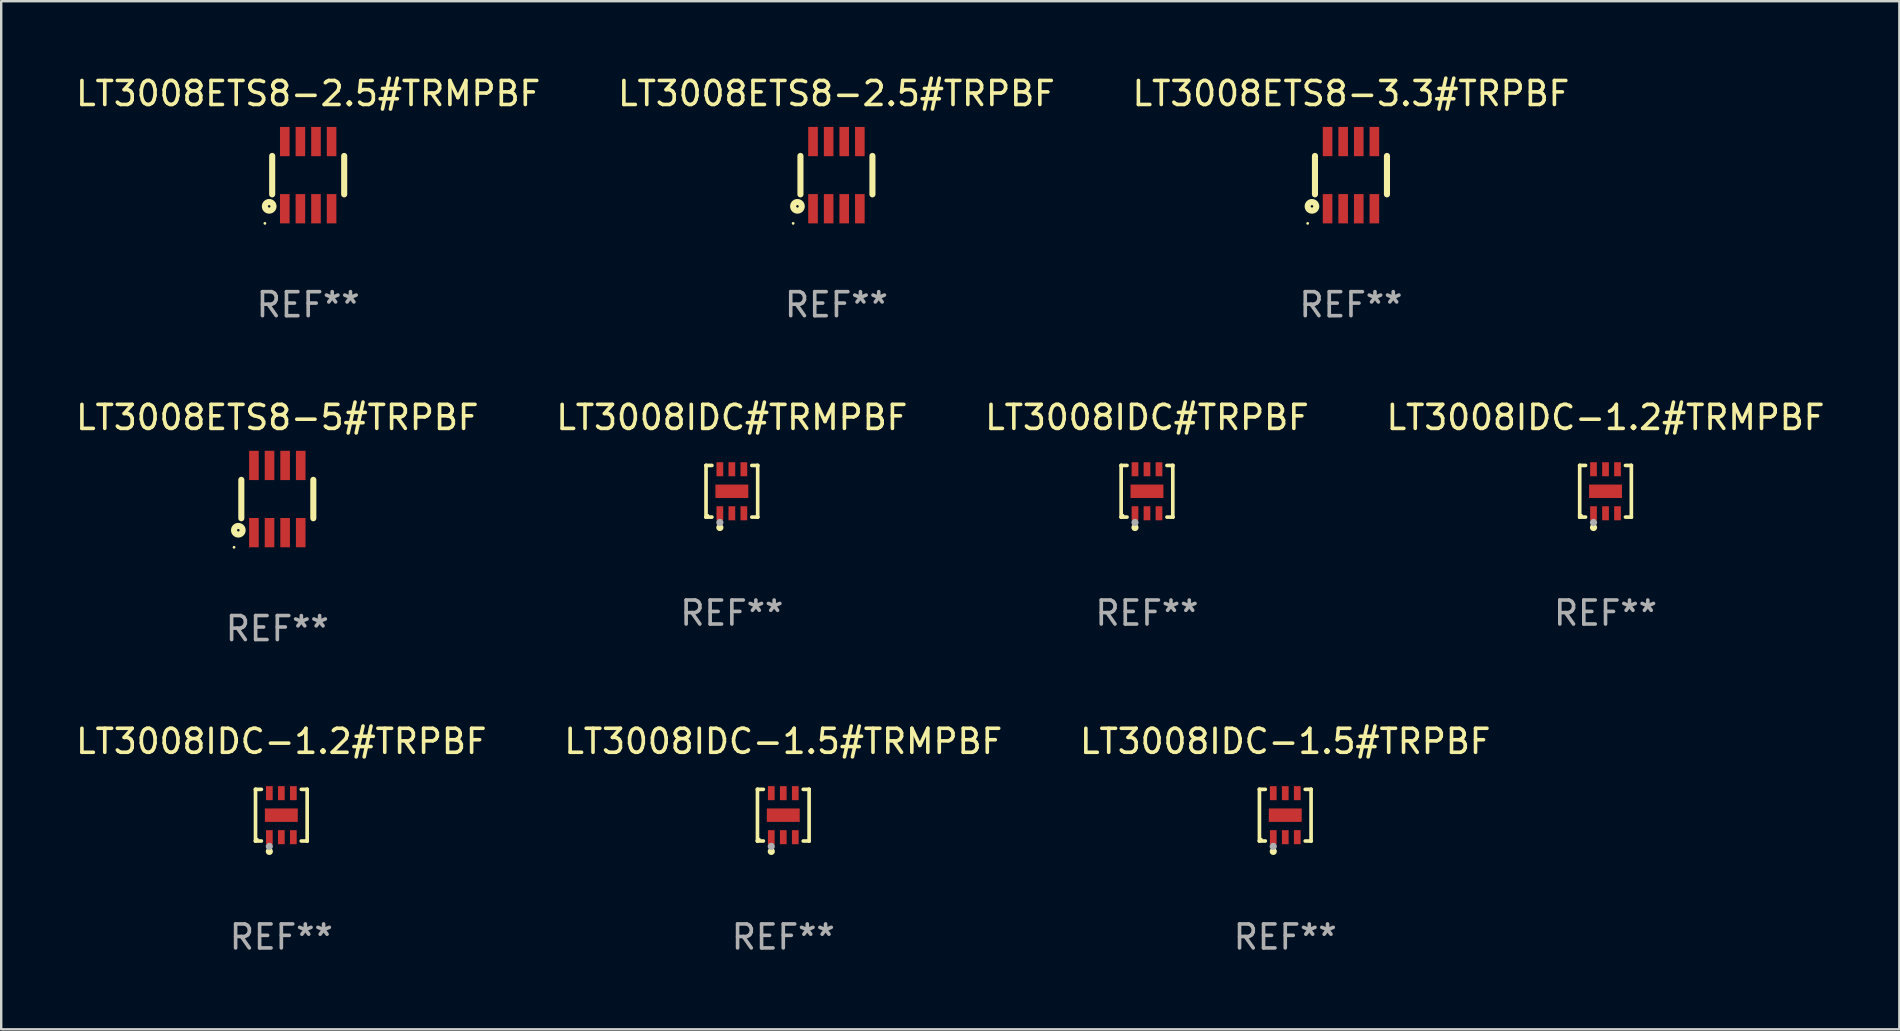
<source format=kicad_pcb>
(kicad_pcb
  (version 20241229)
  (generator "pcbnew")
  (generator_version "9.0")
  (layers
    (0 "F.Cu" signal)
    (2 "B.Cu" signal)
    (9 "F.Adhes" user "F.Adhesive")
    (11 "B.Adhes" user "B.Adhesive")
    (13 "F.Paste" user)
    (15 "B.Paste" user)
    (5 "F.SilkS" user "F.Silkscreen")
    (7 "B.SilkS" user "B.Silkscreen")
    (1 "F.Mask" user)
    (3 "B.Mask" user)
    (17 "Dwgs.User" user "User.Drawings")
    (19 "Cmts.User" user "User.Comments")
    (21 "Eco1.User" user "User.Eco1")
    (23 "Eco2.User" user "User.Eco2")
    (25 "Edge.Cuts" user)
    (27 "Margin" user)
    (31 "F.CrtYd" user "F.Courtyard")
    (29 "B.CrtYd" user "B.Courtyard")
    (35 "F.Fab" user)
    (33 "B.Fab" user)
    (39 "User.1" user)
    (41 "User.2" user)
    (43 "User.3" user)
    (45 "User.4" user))
  (footprint "LT3008IDC-1.2#TRPBF"
    (layer "F.Cu")
    (at 8.673 30.918)
    (property "Reference" "LT3008IDC-1.2#TRPBF" (at 0 -3.076 0) (layer "F.SilkS") (effects (font (size 1 1) (thickness 0.15))))
    (attr through_hole)
    (fp_line (start -1.076 -1.076) (end -1.076 -1.076) (stroke (width 0.152) (type solid)) (layer "F.SilkS"))
    (fp_line (start -1.076 -1.076) (end -0.831 -1.076) (stroke (width 0.152) (type solid)) (layer "F.SilkS"))
    (fp_line (start -1.076 1.076) (end -1.076 -1.076) (stroke (width 0.152) (type solid)) (layer "F.SilkS"))
    (fp_line (start -1.076 1.076) (end -1.076 1.076) (stroke (width 0.152) (type solid)) (layer "F.SilkS"))
    (fp_line (start -0.831 1.076) (end -1.076 1.076) (stroke (width 0.152) (type solid)) (layer "F.SilkS"))
    (fp_line (start 0.831 1.076) (end 1.076 1.076) (stroke (width 0.152) (type solid)) (layer "F.SilkS"))
    (fp_line (start 1.076 -1.076) (end 0.831 -1.076) (stroke (width 0.152) (type solid)) (layer "F.SilkS"))
    (fp_line (start 1.076 -1.076) (end 1.076 -1.076) (stroke (width 0.152) (type solid)) (layer "F.SilkS"))
    (fp_line (start 1.076 1.076) (end 1.076 -1.076) (stroke (width 0.152) (type solid)) (layer "F.SilkS"))
    (fp_line (start 1.076 1.076) (end 1.076 1.076) (stroke (width 0.152) (type solid)) (layer "F.SilkS"))
    (fp_circle (center -1 1) (end -0.97 1) (stroke (width 0.06) (type solid)) (fill no) (layer "F.SilkS"))
    (fp_circle (center -0.5 1.51) (end -0.425 1.51) (stroke (width 0.15) (type solid)) (fill no) (layer "F.SilkS"))
    (fp_circle (center -0.5 1.3) (end -0.425 1.3) (stroke (width 0.15) (type solid)) (fill no) (layer "F.Fab"))
    (fp_text user "REF**" (at 0 5.076 0) (layer "F.Fab") (effects (font (size 1 1) (thickness 0.15))))
    (pad "1" smd rect (at -0.5 0.917) (size 0.28 0.585) (layers "F.Cu" "F.Mask" "F.Paste"))
    (pad "2" smd rect (at 0 0.917) (size 0.28 0.585) (layers "F.Cu" "F.Mask" "F.Paste"))
    (pad "3" smd rect (at 0.5 0.917) (size 0.28 0.585) (layers "F.Cu" "F.Mask" "F.Paste"))
    (pad "4" smd rect (at 0.5 -0.917) (size 0.28 0.585) (layers "F.Cu" "F.Mask" "F.Paste"))
    (pad "5" smd rect (at 0 -0.917) (size 0.28 0.585) (layers "F.Cu" "F.Mask" "F.Paste"))
    (pad "6" smd rect (at -0.5 -0.917) (size 0.28 0.585) (layers "F.Cu" "F.Mask" "F.Paste"))
    (pad "7" smd rect (at 0 0) (size 1.37 0.56) (layers "F.Cu" "F.Mask" "F.Paste")))
  (footprint "LT3008ETS8-2.5#TRMPBF"
    (layer "F.Cu")
    (at 9.792 4.248)
    (property "Reference" "LT3008ETS8-2.5#TRMPBF" (at 0 -3.4 0) (layer "F.SilkS") (effects (font (size 1 1) (thickness 0.15))))
    (attr through_hole)
    (fp_line (start -1.5 0.8) (end -1.5 -0.8) (stroke (width 0.254) (type solid)) (layer "F.SilkS"))
    (fp_line (start 1.5 -0.8) (end 1.5 0.8) (stroke (width 0.254) (type solid)) (layer "F.SilkS"))
    (fp_circle (center -1.804 2.01) (end -1.774 2.01) (stroke (width 0.06) (type solid)) (fill no) (layer "F.SilkS"))
    (fp_circle (center -1.625 1.3) (end -1.573 1.3) (stroke (width 0.254) (type solid)) (fill no) (layer "F.SilkS"))
    (fp_text user "REF**" (at 0 5.4 0) (layer "F.Fab") (effects (font (size 1 1) (thickness 0.15))))
    (pad "1" smd rect (at -0.975 1.4 180) (size 0.4 1.22) (layers "F.Cu" "F.Mask" "F.Paste"))
    (pad "2" smd rect (at -0.325 1.4 180) (size 0.4 1.22) (layers "F.Cu" "F.Mask" "F.Paste"))
    (pad "3" smd rect (at 0.325 1.4 180) (size 0.4 1.22) (layers "F.Cu" "F.Mask" "F.Paste"))
    (pad "4" smd rect (at 0.975 1.4 180) (size 0.4 1.22) (layers "F.Cu" "F.Mask" "F.Paste"))
    (pad "5" smd rect (at 0.975 -1.4 180) (size 0.4 1.22) (layers "F.Cu" "F.Mask" "F.Paste"))
    (pad "6" smd rect (at 0.325 -1.4 180) (size 0.4 1.22) (layers "F.Cu" "F.Mask" "F.Paste"))
    (pad "7" smd rect (at -0.325 -1.4 180) (size 0.4 1.22) (layers "F.Cu" "F.Mask" "F.Paste"))
    (pad "8" smd rect (at -0.975 -1.4 180) (size 0.4 1.22) (layers "F.Cu" "F.Mask" "F.Paste")))
  (footprint "LT3008IDC-1.2#TRMPBF"
    (layer "F.Cu")
    (at 63.851 17.421)
    (property "Reference" "LT3008IDC-1.2#TRMPBF" (at 0 -3.076 0) (layer "F.SilkS") (effects (font (size 1 1) (thickness 0.15))))
    (attr through_hole)
    (fp_line (start -1.076 -1.076) (end -1.076 -1.076) (stroke (width 0.152) (type solid)) (layer "F.SilkS"))
    (fp_line (start -1.076 -1.076) (end -0.831 -1.076) (stroke (width 0.152) (type solid)) (layer "F.SilkS"))
    (fp_line (start -1.076 1.076) (end -1.076 -1.076) (stroke (width 0.152) (type solid)) (layer "F.SilkS"))
    (fp_line (start -1.076 1.076) (end -1.076 1.076) (stroke (width 0.152) (type solid)) (layer "F.SilkS"))
    (fp_line (start -0.831 1.076) (end -1.076 1.076) (stroke (width 0.152) (type solid)) (layer "F.SilkS"))
    (fp_line (start 0.831 1.076) (end 1.076 1.076) (stroke (width 0.152) (type solid)) (layer "F.SilkS"))
    (fp_line (start 1.076 -1.076) (end 0.831 -1.076) (stroke (width 0.152) (type solid)) (layer "F.SilkS"))
    (fp_line (start 1.076 -1.076) (end 1.076 -1.076) (stroke (width 0.152) (type solid)) (layer "F.SilkS"))
    (fp_line (start 1.076 1.076) (end 1.076 -1.076) (stroke (width 0.152) (type solid)) (layer "F.SilkS"))
    (fp_line (start 1.076 1.076) (end 1.076 1.076) (stroke (width 0.152) (type solid)) (layer "F.SilkS"))
    (fp_circle (center -1 1) (end -0.97 1) (stroke (width 0.06) (type solid)) (fill no) (layer "F.SilkS"))
    (fp_circle (center -0.5 1.51) (end -0.425 1.51) (stroke (width 0.15) (type solid)) (fill no) (layer "F.SilkS"))
    (fp_circle (center -0.5 1.3) (end -0.425 1.3) (stroke (width 0.15) (type solid)) (fill no) (layer "F.Fab"))
    (fp_text user "REF**" (at 0 5.076 0) (layer "F.Fab") (effects (font (size 1 1) (thickness 0.15))))
    (pad "1" smd rect (at -0.5 0.917) (size 0.28 0.585) (layers "F.Cu" "F.Mask" "F.Paste"))
    (pad "2" smd rect (at 0 0.917) (size 0.28 0.585) (layers "F.Cu" "F.Mask" "F.Paste"))
    (pad "3" smd rect (at 0.5 0.917) (size 0.28 0.585) (layers "F.Cu" "F.Mask" "F.Paste"))
    (pad "4" smd rect (at 0.5 -0.917) (size 0.28 0.585) (layers "F.Cu" "F.Mask" "F.Paste"))
    (pad "5" smd rect (at 0 -0.917) (size 0.28 0.585) (layers "F.Cu" "F.Mask" "F.Paste"))
    (pad "6" smd rect (at -0.5 -0.917) (size 0.28 0.585) (layers "F.Cu" "F.Mask" "F.Paste"))
    (pad "7" smd rect (at 0 0) (size 1.37 0.56) (layers "F.Cu" "F.Mask" "F.Paste")))
  (footprint "LT3008IDC-1.5#TRMPBF"
    (layer "F.Cu")
    (at 29.589 30.918)
    (property "Reference" "LT3008IDC-1.5#TRMPBF" (at 0 -3.076 0) (layer "F.SilkS") (effects (font (size 1 1) (thickness 0.15))))
    (attr through_hole)
    (fp_line (start -1.076 -1.076) (end -1.076 -1.076) (stroke (width 0.152) (type solid)) (layer "F.SilkS"))
    (fp_line (start -1.076 -1.076) (end -0.831 -1.076) (stroke (width 0.152) (type solid)) (layer "F.SilkS"))
    (fp_line (start -1.076 1.076) (end -1.076 -1.076) (stroke (width 0.152) (type solid)) (layer "F.SilkS"))
    (fp_line (start -1.076 1.076) (end -1.076 1.076) (stroke (width 0.152) (type solid)) (layer "F.SilkS"))
    (fp_line (start -0.831 1.076) (end -1.076 1.076) (stroke (width 0.152) (type solid)) (layer "F.SilkS"))
    (fp_line (start 0.831 1.076) (end 1.076 1.076) (stroke (width 0.152) (type solid)) (layer "F.SilkS"))
    (fp_line (start 1.076 -1.076) (end 0.831 -1.076) (stroke (width 0.152) (type solid)) (layer "F.SilkS"))
    (fp_line (start 1.076 -1.076) (end 1.076 -1.076) (stroke (width 0.152) (type solid)) (layer "F.SilkS"))
    (fp_line (start 1.076 1.076) (end 1.076 -1.076) (stroke (width 0.152) (type solid)) (layer "F.SilkS"))
    (fp_line (start 1.076 1.076) (end 1.076 1.076) (stroke (width 0.152) (type solid)) (layer "F.SilkS"))
    (fp_circle (center -1 1) (end -0.97 1) (stroke (width 0.06) (type solid)) (fill no) (layer "F.SilkS"))
    (fp_circle (center -0.5 1.51) (end -0.425 1.51) (stroke (width 0.15) (type solid)) (fill no) (layer "F.SilkS"))
    (fp_circle (center -0.5 1.3) (end -0.425 1.3) (stroke (width 0.15) (type solid)) (fill no) (layer "F.Fab"))
    (fp_text user "REF**" (at 0 5.076 0) (layer "F.Fab") (effects (font (size 1 1) (thickness 0.15))))
    (pad "1" smd rect (at -0.5 0.917) (size 0.28 0.585) (layers "F.Cu" "F.Mask" "F.Paste"))
    (pad "2" smd rect (at 0 0.917) (size 0.28 0.585) (layers "F.Cu" "F.Mask" "F.Paste"))
    (pad "3" smd rect (at 0.5 0.917) (size 0.28 0.585) (layers "F.Cu" "F.Mask" "F.Paste"))
    (pad "4" smd rect (at 0.5 -0.917) (size 0.28 0.585) (layers "F.Cu" "F.Mask" "F.Paste"))
    (pad "5" smd rect (at 0 -0.917) (size 0.28 0.585) (layers "F.Cu" "F.Mask" "F.Paste"))
    (pad "6" smd rect (at -0.5 -0.917) (size 0.28 0.585) (layers "F.Cu" "F.Mask" "F.Paste"))
    (pad "7" smd rect (at 0 0) (size 1.37 0.56) (layers "F.Cu" "F.Mask" "F.Paste")))
  (footprint "LT3008IDC-1.5#TRPBF"
    (layer "F.Cu")
    (at 50.506 30.918)
    (property "Reference" "LT3008IDC-1.5#TRPBF" (at 0 -3.076 0) (layer "F.SilkS") (effects (font (size 1 1) (thickness 0.15))))
    (attr through_hole)
    (fp_line (start -1.076 -1.076) (end -1.076 -1.076) (stroke (width 0.152) (type solid)) (layer "F.SilkS"))
    (fp_line (start -1.076 -1.076) (end -0.831 -1.076) (stroke (width 0.152) (type solid)) (layer "F.SilkS"))
    (fp_line (start -1.076 1.076) (end -1.076 -1.076) (stroke (width 0.152) (type solid)) (layer "F.SilkS"))
    (fp_line (start -1.076 1.076) (end -1.076 1.076) (stroke (width 0.152) (type solid)) (layer "F.SilkS"))
    (fp_line (start -0.831 1.076) (end -1.076 1.076) (stroke (width 0.152) (type solid)) (layer "F.SilkS"))
    (fp_line (start 0.831 1.076) (end 1.076 1.076) (stroke (width 0.152) (type solid)) (layer "F.SilkS"))
    (fp_line (start 1.076 -1.076) (end 0.831 -1.076) (stroke (width 0.152) (type solid)) (layer "F.SilkS"))
    (fp_line (start 1.076 -1.076) (end 1.076 -1.076) (stroke (width 0.152) (type solid)) (layer "F.SilkS"))
    (fp_line (start 1.076 1.076) (end 1.076 -1.076) (stroke (width 0.152) (type solid)) (layer "F.SilkS"))
    (fp_line (start 1.076 1.076) (end 1.076 1.076) (stroke (width 0.152) (type solid)) (layer "F.SilkS"))
    (fp_circle (center -1 1) (end -0.97 1) (stroke (width 0.06) (type solid)) (fill no) (layer "F.SilkS"))
    (fp_circle (center -0.5 1.51) (end -0.425 1.51) (stroke (width 0.15) (type solid)) (fill no) (layer "F.SilkS"))
    (fp_circle (center -0.5 1.3) (end -0.425 1.3) (stroke (width 0.15) (type solid)) (fill no) (layer "F.Fab"))
    (fp_text user "REF**" (at 0 5.076 0) (layer "F.Fab") (effects (font (size 1 1) (thickness 0.15))))
    (pad "1" smd rect (at -0.5 0.917) (size 0.28 0.585) (layers "F.Cu" "F.Mask" "F.Paste"))
    (pad "2" smd rect (at 0 0.917) (size 0.28 0.585) (layers "F.Cu" "F.Mask" "F.Paste"))
    (pad "3" smd rect (at 0.5 0.917) (size 0.28 0.585) (layers "F.Cu" "F.Mask" "F.Paste"))
    (pad "4" smd rect (at 0.5 -0.917) (size 0.28 0.585) (layers "F.Cu" "F.Mask" "F.Paste"))
    (pad "5" smd rect (at 0 -0.917) (size 0.28 0.585) (layers "F.Cu" "F.Mask" "F.Paste"))
    (pad "6" smd rect (at -0.5 -0.917) (size 0.28 0.585) (layers "F.Cu" "F.Mask" "F.Paste"))
    (pad "7" smd rect (at 0 0) (size 1.37 0.56) (layers "F.Cu" "F.Mask" "F.Paste")))
  (footprint "LT3008ETS8-5#TRPBF"
    (layer "F.Cu")
    (at 8.506 17.745)
    (property "Reference" "LT3008ETS8-5#TRPBF" (at 0 -3.4 0) (layer "F.SilkS") (effects (font (size 1 1) (thickness 0.15))))
    (attr through_hole)
    (fp_line (start -1.5 0.8) (end -1.5 -0.8) (stroke (width 0.254) (type solid)) (layer "F.SilkS"))
    (fp_line (start 1.5 -0.8) (end 1.5 0.8) (stroke (width 0.254) (type solid)) (layer "F.SilkS"))
    (fp_circle (center -1.804 2.01) (end -1.774 2.01) (stroke (width 0.06) (type solid)) (fill no) (layer "F.SilkS"))
    (fp_circle (center -1.625 1.3) (end -1.573 1.3) (stroke (width 0.254) (type solid)) (fill no) (layer "F.SilkS"))
    (fp_text user "REF**" (at 0 5.4 0) (layer "F.Fab") (effects (font (size 1 1) (thickness 0.15))))
    (pad "1" smd rect (at -0.975 1.4 180) (size 0.4 1.22) (layers "F.Cu" "F.Mask" "F.Paste"))
    (pad "2" smd rect (at -0.325 1.4 180) (size 0.4 1.22) (layers "F.Cu" "F.Mask" "F.Paste"))
    (pad "3" smd rect (at 0.325 1.4 180) (size 0.4 1.22) (layers "F.Cu" "F.Mask" "F.Paste"))
    (pad "4" smd rect (at 0.975 1.4 180) (size 0.4 1.22) (layers "F.Cu" "F.Mask" "F.Paste"))
    (pad "5" smd rect (at 0.975 -1.4 180) (size 0.4 1.22) (layers "F.Cu" "F.Mask" "F.Paste"))
    (pad "6" smd rect (at 0.325 -1.4 180) (size 0.4 1.22) (layers "F.Cu" "F.Mask" "F.Paste"))
    (pad "7" smd rect (at -0.325 -1.4 180) (size 0.4 1.22) (layers "F.Cu" "F.Mask" "F.Paste"))
    (pad "8" smd rect (at -0.975 -1.4 180) (size 0.4 1.22) (layers "F.Cu" "F.Mask" "F.Paste")))
  (footprint "LT3008IDC#TRPBF"
    (layer "F.Cu")
    (at 44.744 17.421)
    (property "Reference" "LT3008IDC#TRPBF" (at 0 -3.076 0) (layer "F.SilkS") (effects (font (size 1 1) (thickness 0.15))))
    (attr through_hole)
    (fp_line (start -1.076 -1.076) (end -1.076 -1.076) (stroke (width 0.152) (type solid)) (layer "F.SilkS"))
    (fp_line (start -1.076 -1.076) (end -0.831 -1.076) (stroke (width 0.152) (type solid)) (layer "F.SilkS"))
    (fp_line (start -1.076 1.076) (end -1.076 -1.076) (stroke (width 0.152) (type solid)) (layer "F.SilkS"))
    (fp_line (start -1.076 1.076) (end -1.076 1.076) (stroke (width 0.152) (type solid)) (layer "F.SilkS"))
    (fp_line (start -0.831 1.076) (end -1.076 1.076) (stroke (width 0.152) (type solid)) (layer "F.SilkS"))
    (fp_line (start 0.831 1.076) (end 1.076 1.076) (stroke (width 0.152) (type solid)) (layer "F.SilkS"))
    (fp_line (start 1.076 -1.076) (end 0.831 -1.076) (stroke (width 0.152) (type solid)) (layer "F.SilkS"))
    (fp_line (start 1.076 -1.076) (end 1.076 -1.076) (stroke (width 0.152) (type solid)) (layer "F.SilkS"))
    (fp_line (start 1.076 1.076) (end 1.076 -1.076) (stroke (width 0.152) (type solid)) (layer "F.SilkS"))
    (fp_line (start 1.076 1.076) (end 1.076 1.076) (stroke (width 0.152) (type solid)) (layer "F.SilkS"))
    (fp_circle (center -1 1) (end -0.97 1) (stroke (width 0.06) (type solid)) (fill no) (layer "F.SilkS"))
    (fp_circle (center -0.5 1.51) (end -0.425 1.51) (stroke (width 0.15) (type solid)) (fill no) (layer "F.SilkS"))
    (fp_circle (center -0.5 1.3) (end -0.425 1.3) (stroke (width 0.15) (type solid)) (fill no) (layer "F.Fab"))
    (fp_text user "REF**" (at 0 5.076 0) (layer "F.Fab") (effects (font (size 1 1) (thickness 0.15))))
    (pad "1" smd rect (at -0.5 0.917) (size 0.28 0.585) (layers "F.Cu" "F.Mask" "F.Paste"))
    (pad "2" smd rect (at 0 0.917) (size 0.28 0.585) (layers "F.Cu" "F.Mask" "F.Paste"))
    (pad "3" smd rect (at 0.5 0.917) (size 0.28 0.585) (layers "F.Cu" "F.Mask" "F.Paste"))
    (pad "4" smd rect (at 0.5 -0.917) (size 0.28 0.585) (layers "F.Cu" "F.Mask" "F.Paste"))
    (pad "5" smd rect (at 0 -0.917) (size 0.28 0.585) (layers "F.Cu" "F.Mask" "F.Paste"))
    (pad "6" smd rect (at -0.5 -0.917) (size 0.28 0.585) (layers "F.Cu" "F.Mask" "F.Paste"))
    (pad "7" smd rect (at 0 0) (size 1.37 0.56) (layers "F.Cu" "F.Mask" "F.Paste")))
  (footprint "LT3008ETS8-3.3#TRPBF"
    (layer "F.Cu")
    (at 53.244 4.248)
    (property "Reference" "LT3008ETS8-3.3#TRPBF" (at 0 -3.4 0) (layer "F.SilkS") (effects (font (size 1 1) (thickness 0.15))))
    (attr through_hole)
    (fp_line (start -1.5 0.8) (end -1.5 -0.8) (stroke (width 0.254) (type solid)) (layer "F.SilkS"))
    (fp_line (start 1.5 -0.8) (end 1.5 0.8) (stroke (width 0.254) (type solid)) (layer "F.SilkS"))
    (fp_circle (center -1.804 2.01) (end -1.774 2.01) (stroke (width 0.06) (type solid)) (fill no) (layer "F.SilkS"))
    (fp_circle (center -1.625 1.3) (end -1.573 1.3) (stroke (width 0.254) (type solid)) (fill no) (layer "F.SilkS"))
    (fp_text user "REF**" (at 0 5.4 0) (layer "F.Fab") (effects (font (size 1 1) (thickness 0.15))))
    (pad "1" smd rect (at -0.975 1.4 180) (size 0.4 1.22) (layers "F.Cu" "F.Mask" "F.Paste"))
    (pad "2" smd rect (at -0.325 1.4 180) (size 0.4 1.22) (layers "F.Cu" "F.Mask" "F.Paste"))
    (pad "3" smd rect (at 0.325 1.4 180) (size 0.4 1.22) (layers "F.Cu" "F.Mask" "F.Paste"))
    (pad "4" smd rect (at 0.975 1.4 180) (size 0.4 1.22) (layers "F.Cu" "F.Mask" "F.Paste"))
    (pad "5" smd rect (at 0.975 -1.4 180) (size 0.4 1.22) (layers "F.Cu" "F.Mask" "F.Paste"))
    (pad "6" smd rect (at 0.325 -1.4 180) (size 0.4 1.22) (layers "F.Cu" "F.Mask" "F.Paste"))
    (pad "7" smd rect (at -0.325 -1.4 180) (size 0.4 1.22) (layers "F.Cu" "F.Mask" "F.Paste"))
    (pad "8" smd rect (at -0.975 -1.4 180) (size 0.4 1.22) (layers "F.Cu" "F.Mask" "F.Paste")))
  (footprint "LT3008ETS8-2.5#TRPBF"
    (layer "F.Cu")
    (at 31.804 4.248)
    (property "Reference" "LT3008ETS8-2.5#TRPBF" (at 0 -3.4 0) (layer "F.SilkS") (effects (font (size 1 1) (thickness 0.15))))
    (attr through_hole)
    (fp_line (start -1.5 0.8) (end -1.5 -0.8) (stroke (width 0.254) (type solid)) (layer "F.SilkS"))
    (fp_line (start 1.5 -0.8) (end 1.5 0.8) (stroke (width 0.254) (type solid)) (layer "F.SilkS"))
    (fp_circle (center -1.804 2.01) (end -1.774 2.01) (stroke (width 0.06) (type solid)) (fill no) (layer "F.SilkS"))
    (fp_circle (center -1.625 1.3) (end -1.573 1.3) (stroke (width 0.254) (type solid)) (fill no) (layer "F.SilkS"))
    (fp_text user "REF**" (at 0 5.4 0) (layer "F.Fab") (effects (font (size 1 1) (thickness 0.15))))
    (pad "1" smd rect (at -0.975 1.4 180) (size 0.4 1.22) (layers "F.Cu" "F.Mask" "F.Paste"))
    (pad "2" smd rect (at -0.325 1.4 180) (size 0.4 1.22) (layers "F.Cu" "F.Mask" "F.Paste"))
    (pad "3" smd rect (at 0.325 1.4 180) (size 0.4 1.22) (layers "F.Cu" "F.Mask" "F.Paste"))
    (pad "4" smd rect (at 0.975 1.4 180) (size 0.4 1.22) (layers "F.Cu" "F.Mask" "F.Paste"))
    (pad "5" smd rect (at 0.975 -1.4 180) (size 0.4 1.22) (layers "F.Cu" "F.Mask" "F.Paste"))
    (pad "6" smd rect (at 0.325 -1.4 180) (size 0.4 1.22) (layers "F.Cu" "F.Mask" "F.Paste"))
    (pad "7" smd rect (at -0.325 -1.4 180) (size 0.4 1.22) (layers "F.Cu" "F.Mask" "F.Paste"))
    (pad "8" smd rect (at -0.975 -1.4 180) (size 0.4 1.22) (layers "F.Cu" "F.Mask" "F.Paste")))
  (footprint "LT3008IDC#TRMPBF"
    (layer "F.Cu")
    (at 27.446 17.421)
    (property "Reference" "LT3008IDC#TRMPBF" (at 0 -3.076 0) (layer "F.SilkS") (effects (font (size 1 1) (thickness 0.15))))
    (attr through_hole)
    (fp_line (start -1.076 -1.076) (end -1.076 -1.076) (stroke (width 0.152) (type solid)) (layer "F.SilkS"))
    (fp_line (start -1.076 -1.076) (end -0.831 -1.076) (stroke (width 0.152) (type solid)) (layer "F.SilkS"))
    (fp_line (start -1.076 1.076) (end -1.076 -1.076) (stroke (width 0.152) (type solid)) (layer "F.SilkS"))
    (fp_line (start -1.076 1.076) (end -1.076 1.076) (stroke (width 0.152) (type solid)) (layer "F.SilkS"))
    (fp_line (start -0.831 1.076) (end -1.076 1.076) (stroke (width 0.152) (type solid)) (layer "F.SilkS"))
    (fp_line (start 0.831 1.076) (end 1.076 1.076) (stroke (width 0.152) (type solid)) (layer "F.SilkS"))
    (fp_line (start 1.076 -1.076) (end 0.831 -1.076) (stroke (width 0.152) (type solid)) (layer "F.SilkS"))
    (fp_line (start 1.076 -1.076) (end 1.076 -1.076) (stroke (width 0.152) (type solid)) (layer "F.SilkS"))
    (fp_line (start 1.076 1.076) (end 1.076 -1.076) (stroke (width 0.152) (type solid)) (layer "F.SilkS"))
    (fp_line (start 1.076 1.076) (end 1.076 1.076) (stroke (width 0.152) (type solid)) (layer "F.SilkS"))
    (fp_circle (center -1 1) (end -0.97 1) (stroke (width 0.06) (type solid)) (fill no) (layer "F.SilkS"))
    (fp_circle (center -0.5 1.51) (end -0.425 1.51) (stroke (width 0.15) (type solid)) (fill no) (layer "F.SilkS"))
    (fp_circle (center -0.5 1.3) (end -0.425 1.3) (stroke (width 0.15) (type solid)) (fill no) (layer "F.Fab"))
    (fp_text user "REF**" (at 0 5.076 0) (layer "F.Fab") (effects (font (size 1 1) (thickness 0.15))))
    (pad "1" smd rect (at -0.5 0.917) (size 0.28 0.585) (layers "F.Cu" "F.Mask" "F.Paste"))
    (pad "2" smd rect (at 0 0.917) (size 0.28 0.585) (layers "F.Cu" "F.Mask" "F.Paste"))
    (pad "3" smd rect (at 0.5 0.917) (size 0.28 0.585) (layers "F.Cu" "F.Mask" "F.Paste"))
    (pad "4" smd rect (at 0.5 -0.917) (size 0.28 0.585) (layers "F.Cu" "F.Mask" "F.Paste"))
    (pad "5" smd rect (at 0 -0.917) (size 0.28 0.585) (layers "F.Cu" "F.Mask" "F.Paste"))
    (pad "6" smd rect (at -0.5 -0.917) (size 0.28 0.585) (layers "F.Cu" "F.Mask" "F.Paste"))
    (pad "7" smd rect (at 0 0) (size 1.37 0.56) (layers "F.Cu" "F.Mask" "F.Paste")))
  (gr_rect
    (start -3 -3)
    (end 76.095 39.842)
    (stroke (width 0.1) (type default))
    (fill no)
    (layer "Edge.Cuts")))
</source>
